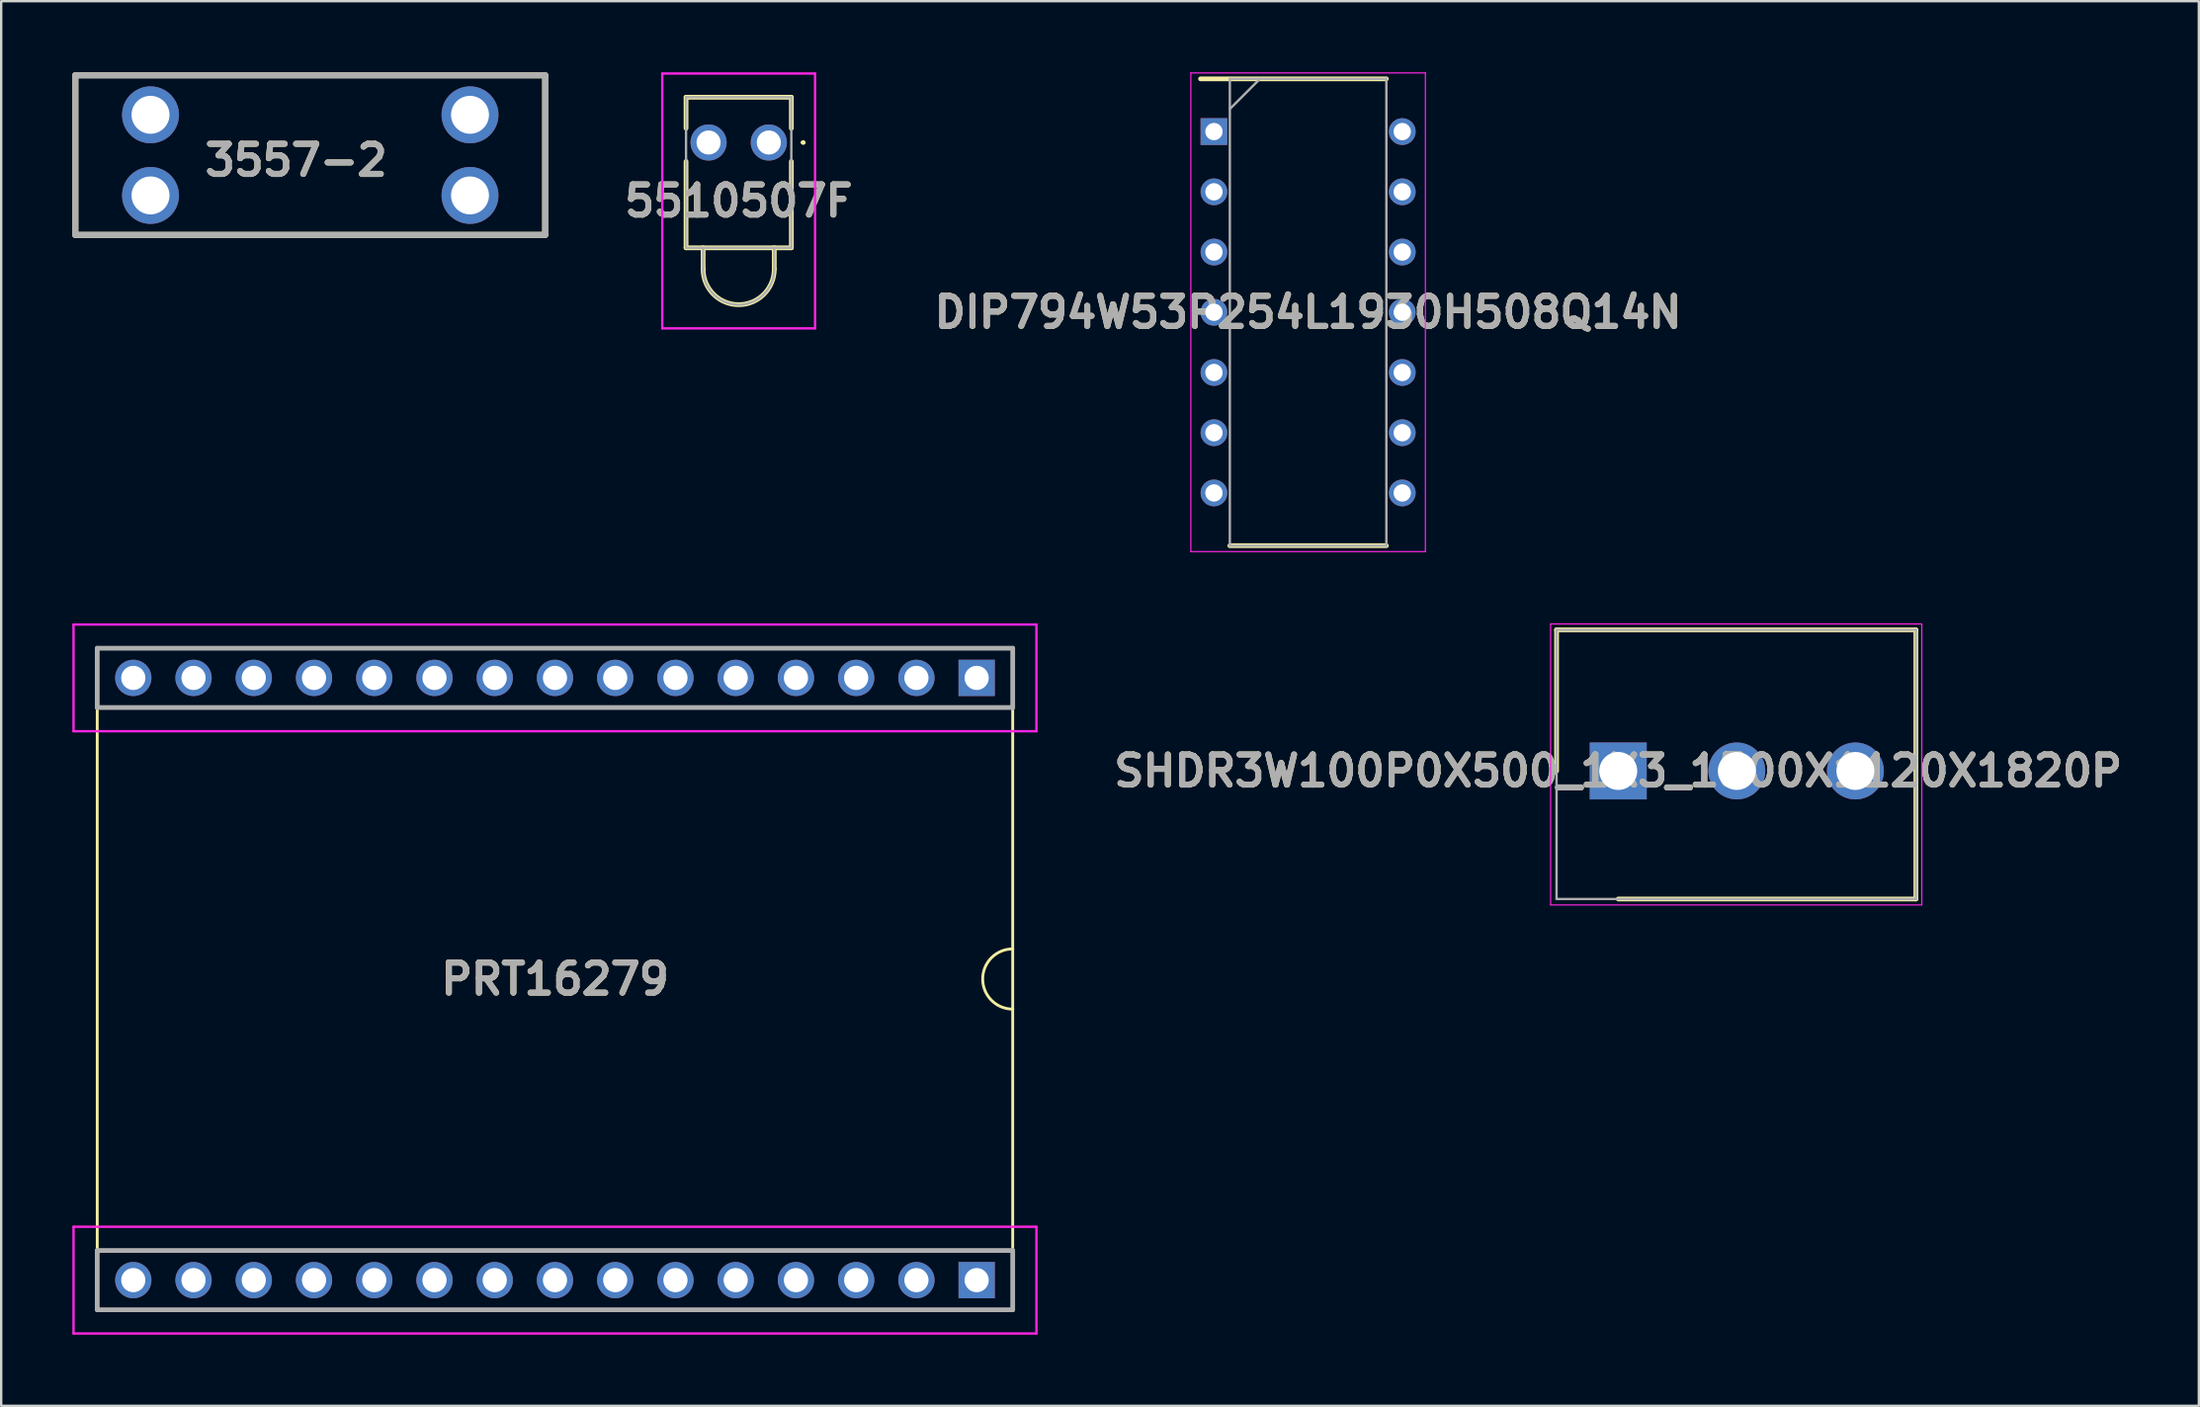
<source format=kicad_pcb>
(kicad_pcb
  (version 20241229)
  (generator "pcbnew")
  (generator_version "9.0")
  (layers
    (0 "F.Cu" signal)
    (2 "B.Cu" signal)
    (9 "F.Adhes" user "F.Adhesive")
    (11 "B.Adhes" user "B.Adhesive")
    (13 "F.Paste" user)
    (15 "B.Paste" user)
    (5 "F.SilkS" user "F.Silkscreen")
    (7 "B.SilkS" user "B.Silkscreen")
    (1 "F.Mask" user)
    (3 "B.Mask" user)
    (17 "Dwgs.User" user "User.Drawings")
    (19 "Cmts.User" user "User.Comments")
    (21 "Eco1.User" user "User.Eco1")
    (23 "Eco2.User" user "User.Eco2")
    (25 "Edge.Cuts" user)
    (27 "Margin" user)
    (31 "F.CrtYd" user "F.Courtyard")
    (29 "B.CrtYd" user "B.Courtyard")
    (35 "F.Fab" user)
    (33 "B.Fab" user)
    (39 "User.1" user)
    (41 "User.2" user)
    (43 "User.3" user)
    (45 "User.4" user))
  (footprint "SHDR3W100P0X500_1X3_1500X1120X1820P"
    (layer "F.Cu")
    (at 65.181 29.465)
    (property "Reference" "SHDR3W100P0X500_1X3_1500X1120X1820P" (at 0 0 0) (layer "F.SilkS") (effects (font (size 1.27 1.27) (thickness 0.254))))
    (attr through_hole)
    (fp_line (start -2.6 -5.95) (end -2.6 0) (stroke (width 0.2) (type solid)) (layer "F.SilkS"))
    (fp_line (start 0 5.4) (end 12.55 5.4) (stroke (width 0.2) (type solid)) (layer "F.SilkS"))
    (fp_line (start 12.55 -5.95) (end -2.6 -5.95) (stroke (width 0.2) (type solid)) (layer "F.SilkS"))
    (fp_line (start 12.55 5.4) (end 12.55 -5.95) (stroke (width 0.2) (type solid)) (layer "F.SilkS"))
    (fp_line (start -2.85 -6.2) (end 12.8 -6.2) (stroke (width 0.05) (type solid)) (layer "F.CrtYd"))
    (fp_line (start -2.85 5.65) (end -2.85 -6.2) (stroke (width 0.05) (type solid)) (layer "F.CrtYd"))
    (fp_line (start 12.8 -6.2) (end 12.8 5.65) (stroke (width 0.05) (type solid)) (layer "F.CrtYd"))
    (fp_line (start 12.8 5.65) (end -2.85 5.65) (stroke (width 0.05) (type solid)) (layer "F.CrtYd"))
    (fp_line (start -2.6 -5.95) (end 12.55 -5.95) (stroke (width 0.1) (type solid)) (layer "F.Fab"))
    (fp_line (start -2.6 5.4) (end -2.6 -5.95) (stroke (width 0.1) (type solid)) (layer "F.Fab"))
    (fp_line (start 12.55 -5.95) (end 12.55 5.4) (stroke (width 0.1) (type solid)) (layer "F.Fab"))
    (fp_line (start 12.55 5.4) (end -2.6 5.4) (stroke (width 0.1) (type solid)) (layer "F.Fab"))
    (fp_text user "${REFERENCE}" (at 0 0 0) (layer "F.Fab") (effects (font (size 1.27 1.27) (thickness 0.254))))
    (pad "1" thru_hole rect (at 0 0) (size 2.4 2.4) (drill 1.6) (layers "*.Cu" "*.Mask"))
    (pad "2" thru_hole circle (at 5 0) (size 2.4 2.4) (drill 1.6) (layers "*.Cu" "*.Mask"))
    (pad "3" thru_hole circle (at 10 0) (size 2.4 2.4) (drill 1.6) (layers "*.Cu" "*.Mask")))
  (footprint "DIP794W53P254L1930H508Q14N"
    (layer "F.Cu")
    (at 52.105 10.12)
    (property "Reference" "DIP794W53P254L1930H508Q14N" (at 0 0 0) (layer "F.SilkS") (effects (font (size 1.27 1.27) (thickness 0.254))))
    (attr through_hole)
    (fp_line (start -4.535 -9.845) (end 3.3 -9.845) (stroke (width 0.2) (type solid)) (layer "F.SilkS"))
    (fp_line (start -3.3 9.845) (end 3.3 9.845) (stroke (width 0.2) (type solid)) (layer "F.SilkS"))
    (fp_line (start -4.945 -10.095) (end 4.945 -10.095) (stroke (width 0.05) (type solid)) (layer "F.CrtYd"))
    (fp_line (start -4.945 10.095) (end -4.945 -10.095) (stroke (width 0.05) (type solid)) (layer "F.CrtYd"))
    (fp_line (start 4.945 -10.095) (end 4.945 10.095) (stroke (width 0.05) (type solid)) (layer "F.CrtYd"))
    (fp_line (start 4.945 10.095) (end -4.945 10.095) (stroke (width 0.05) (type solid)) (layer "F.CrtYd"))
    (fp_line (start -3.3 -9.845) (end 3.3 -9.845) (stroke (width 0.1) (type solid)) (layer "F.Fab"))
    (fp_line (start -3.3 -8.575) (end -2.03 -9.845) (stroke (width 0.1) (type solid)) (layer "F.Fab"))
    (fp_line (start -3.3 9.845) (end -3.3 -9.845) (stroke (width 0.1) (type solid)) (layer "F.Fab"))
    (fp_line (start 3.3 -9.845) (end 3.3 9.845) (stroke (width 0.1) (type solid)) (layer "F.Fab"))
    (fp_line (start 3.3 9.845) (end -3.3 9.845) (stroke (width 0.1) (type solid)) (layer "F.Fab"))
    (fp_text user "${REFERENCE}" (at 0 0 0) (layer "F.Fab") (effects (font (size 1.27 1.27) (thickness 0.254))))
    (pad "1" thru_hole rect (at -3.97 -7.62) (size 1.13 1.13) (drill 0.73) (layers "*.Cu" "*.Mask"))
    (pad "2" thru_hole circle (at -3.97 -5.08) (size 1.13 1.13) (drill 0.73) (layers "*.Cu" "*.Mask"))
    (pad "3" thru_hole circle (at -3.97 -2.54) (size 1.13 1.13) (drill 0.73) (layers "*.Cu" "*.Mask"))
    (pad "4" thru_hole circle (at -3.97 0) (size 1.13 1.13) (drill 0.73) (layers "*.Cu" "*.Mask"))
    (pad "5" thru_hole circle (at -3.97 2.54) (size 1.13 1.13) (drill 0.73) (layers "*.Cu" "*.Mask"))
    (pad "6" thru_hole circle (at -3.97 5.08) (size 1.13 1.13) (drill 0.73) (layers "*.Cu" "*.Mask"))
    (pad "7" thru_hole circle (at -3.97 7.62) (size 1.13 1.13) (drill 0.73) (layers "*.Cu" "*.Mask"))
    (pad "8" thru_hole circle (at 3.97 7.62) (size 1.13 1.13) (drill 0.73) (layers "*.Cu" "*.Mask"))
    (pad "9" thru_hole circle (at 3.97 5.08) (size 1.13 1.13) (drill 0.73) (layers "*.Cu" "*.Mask"))
    (pad "10" thru_hole circle (at 3.97 2.54) (size 1.13 1.13) (drill 0.73) (layers "*.Cu" "*.Mask"))
    (pad "11" thru_hole circle (at 3.97 0) (size 1.13 1.13) (drill 0.73) (layers "*.Cu" "*.Mask"))
    (pad "12" thru_hole circle (at 3.97 -2.54) (size 1.13 1.13) (drill 0.73) (layers "*.Cu" "*.Mask"))
    (pad "13" thru_hole circle (at 3.97 -5.08) (size 1.13 1.13) (drill 0.73) (layers "*.Cu" "*.Mask"))
    (pad "14" thru_hole circle (at 3.97 -7.62) (size 1.13 1.13) (drill 0.73) (layers "*.Cu" "*.Mask")))
  (footprint "5510507F"
    (layer "F.Cu")
    (at 29.366 2.96)
    (property "Reference" "5510507F" (at -1.27 2.465 0) (layer "F.SilkS") (effects (font (size 1.27 1.27) (thickness 0.254))))
    (attr through_hole)
    (fp_line (start -3.49 -1.91) (end 0.95 -1.91) (stroke (width 0.2) (type solid)) (layer "F.SilkS"))
    (fp_line (start -3.49 -0.6) (end -3.49 -1.91) (stroke (width 0.2) (type solid)) (layer "F.SilkS"))
    (fp_line (start -3.49 4.44) (end -3.49 0.8) (stroke (width 0.2) (type solid)) (layer "F.SilkS"))
    (fp_line (start -2.77 4.44) (end -2.77 5.34) (stroke (width 0.2) (type solid)) (layer "F.SilkS"))
    (fp_line (start -2.77 5.34) (end -2.77 5.34) (stroke (width 0.2) (type solid)) (layer "F.SilkS"))
    (fp_line (start 0.23 5.34) (end 0.23 4.44) (stroke (width 0.2) (type solid)) (layer "F.SilkS"))
    (fp_line (start 0.95 -1.91) (end 0.95 -0.6) (stroke (width 0.2) (type solid)) (layer "F.SilkS"))
    (fp_line (start 0.95 0.8) (end 0.95 4.44) (stroke (width 0.2) (type solid)) (layer "F.SilkS"))
    (fp_line (start 0.95 4.44) (end -3.49 4.44) (stroke (width 0.2) (type solid)) (layer "F.SilkS"))
    (fp_line (start 1.4 0) (end 1.4 0) (stroke (width 0.1) (type solid)) (layer "F.SilkS"))
    (fp_line (start 1.5 0) (end 1.5 0) (stroke (width 0.1) (type solid)) (layer "F.SilkS"))
    (fp_arc (start 0.23 5.34) (mid -1.27 6.84) (end -2.77 5.34) (stroke (width 0.2) (type solid)) (layer "F.SilkS"))
    (fp_arc (start 1.4 0) (mid 1.45 -0.05) (end 1.5 0) (stroke (width 0.1) (type solid)) (layer "F.SilkS"))
    (fp_arc (start 1.5 0) (mid 1.45 0.05) (end 1.4 0) (stroke (width 0.1) (type solid)) (layer "F.SilkS"))
    (fp_line (start -4.49 -2.91) (end 1.95 -2.91) (stroke (width 0.1) (type solid)) (layer "F.CrtYd"))
    (fp_line (start -4.49 7.84) (end -4.49 -2.91) (stroke (width 0.1) (type solid)) (layer "F.CrtYd"))
    (fp_line (start 1.95 -2.91) (end 1.95 7.84) (stroke (width 0.1) (type solid)) (layer "F.CrtYd"))
    (fp_line (start 1.95 7.84) (end -4.49 7.84) (stroke (width 0.1) (type solid)) (layer "F.CrtYd"))
    (fp_line (start -3.49 -1.91) (end 0.95 -1.91) (stroke (width 0.1) (type solid)) (layer "F.Fab"))
    (fp_line (start -3.49 4.44) (end -3.49 -1.91) (stroke (width 0.1) (type solid)) (layer "F.Fab"))
    (fp_line (start -2.77 4.44) (end -2.77 5.34) (stroke (width 0.1) (type solid)) (layer "F.Fab"))
    (fp_line (start -2.77 5.34) (end -2.77 5.34) (stroke (width 0.1) (type solid)) (layer "F.Fab"))
    (fp_line (start 0.23 5.34) (end 0.23 4.44) (stroke (width 0.1) (type solid)) (layer "F.Fab"))
    (fp_line (start 0.95 -1.91) (end 0.95 4.44) (stroke (width 0.1) (type solid)) (layer "F.Fab"))
    (fp_line (start 0.95 4.44) (end -3.49 4.44) (stroke (width 0.1) (type solid)) (layer "F.Fab"))
    (fp_arc (start 0.23 5.34) (mid -1.27 6.84) (end -2.77 5.34) (stroke (width 0.1) (type solid)) (layer "F.Fab"))
    (fp_text user "${REFERENCE}" (at -1.27 2.465 0) (layer "F.Fab") (effects (font (size 1.27 1.27) (thickness 0.254))))
    (pad "1" thru_hole circle (at 0 0) (size 1.524 1.524) (drill 1.016) (layers "*.Cu" "*.Mask"))
    (pad "2" thru_hole circle (at -2.54 0) (size 1.524 1.524) (drill 1.016) (layers "*.Cu" "*.Mask")))
  (footprint "3557-2"
    (layer "F.Cu")
    (at 10.032 3.492)
    (property "Reference" "3557-2" (at -0.597 0.218 0) (layer "F.SilkS") (effects (font (size 1.27 1.27) (thickness 0.254))))
    (attr through_hole)
    (fp_line (start -9.905 -3.365) (end -9.905 3.365) (stroke (width 0.254) (type solid)) (layer "F.SilkS"))
    (fp_line (start -9.905 3.365) (end 9.905 3.365) (stroke (width 0.254) (type solid)) (layer "F.SilkS"))
    (fp_line (start 9.905 -3.365) (end -9.905 -3.365) (stroke (width 0.254) (type solid)) (layer "F.SilkS"))
    (fp_line (start 9.905 3.365) (end 9.905 -3.365) (stroke (width 0.254) (type solid)) (layer "F.SilkS"))
    (fp_line (start -9.905 -3.365) (end 9.905 -3.365) (stroke (width 0.254) (type solid)) (layer "F.Fab"))
    (fp_line (start -9.905 3.365) (end -9.905 -3.365) (stroke (width 0.254) (type solid)) (layer "F.Fab"))
    (fp_line (start 9.905 -3.365) (end 9.905 3.365) (stroke (width 0.254) (type solid)) (layer "F.Fab"))
    (fp_line (start 9.905 3.365) (end -9.905 3.365) (stroke (width 0.254) (type solid)) (layer "F.Fab"))
    (fp_text user "${REFERENCE}" (at -0.597 0.218 0) (layer "F.Fab") (effects (font (size 1.27 1.27) (thickness 0.254))))
    (pad "1" thru_hole circle (at -6.735 -1.7) (size 2.4 2.4) (drill 1.6) (layers "*.Cu" "*.Mask"))
    (pad "2" thru_hole circle (at 6.735 -1.7) (size 2.4 2.4) (drill 1.6) (layers "*.Cu" "*.Mask"))
    (pad "3" thru_hole circle (at -6.735 1.7) (size 2.4 2.4) (drill 1.6) (layers "*.Cu" "*.Mask"))
    (pad "4" thru_hole circle (at 6.735 1.7) (size 2.4 2.4) (drill 1.6) (layers "*.Cu" "*.Mask")))
  (footprint "PRT16279"
    (layer "F.Cu")
    (at 20.35 38.24)
    (property "Reference" "PRT16279" (at 0 0 0) (layer "F.SilkS") (effects (font (size 1.27 1.27) (thickness 0.254))))
    (attr through_hole)
    (fp_line (start -19.3 -13.95) (end 19.3 -13.95) (stroke (width 0.12) (type solid)) (layer "F.SilkS"))
    (fp_line (start -19.3 -11.45) (end -19.3 -13.95) (stroke (width 0.12) (type solid)) (layer "F.SilkS"))
    (fp_line (start -19.3 -11.45) (end -19.3 11.45) (stroke (width 0.12) (type solid)) (layer "F.SilkS"))
    (fp_line (start -19.3 11.45) (end 19.3 11.45) (stroke (width 0.12) (type solid)) (layer "F.SilkS"))
    (fp_line (start -19.3 13.95) (end -19.3 11.45) (stroke (width 0.12) (type solid)) (layer "F.SilkS"))
    (fp_line (start 19.3 -13.95) (end 19.3 -11.45) (stroke (width 0.12) (type solid)) (layer "F.SilkS"))
    (fp_line (start 19.3 -11.45) (end -19.3 -11.45) (stroke (width 0.12) (type solid)) (layer "F.SilkS"))
    (fp_line (start 19.3 -11.45) (end 19.3 11.45) (stroke (width 0.12) (type solid)) (layer "F.SilkS"))
    (fp_line (start 19.3 11.45) (end 19.3 13.95) (stroke (width 0.12) (type solid)) (layer "F.SilkS"))
    (fp_line (start 19.3 13.95) (end -19.3 13.95) (stroke (width 0.12) (type solid)) (layer "F.SilkS"))
    (fp_arc (start 19.304 1.27) (mid 18.034 0) (end 19.304 -1.27) (stroke (width 0.12) (type solid)) (layer "F.SilkS"))
    (fp_line (start -20.3 -14.95) (end 20.3 -14.95) (stroke (width 0.1) (type solid)) (layer "F.CrtYd"))
    (fp_line (start -20.3 -10.45) (end -20.3 -14.95) (stroke (width 0.1) (type solid)) (layer "F.CrtYd"))
    (fp_line (start -20.3 10.45) (end 20.3 10.45) (stroke (width 0.1) (type solid)) (layer "F.CrtYd"))
    (fp_line (start -20.3 14.95) (end -20.3 10.45) (stroke (width 0.1) (type solid)) (layer "F.CrtYd"))
    (fp_line (start 20.3 -14.95) (end 20.3 -10.45) (stroke (width 0.1) (type solid)) (layer "F.CrtYd"))
    (fp_line (start 20.3 -10.45) (end -20.3 -10.45) (stroke (width 0.1) (type solid)) (layer "F.CrtYd"))
    (fp_line (start 20.3 10.45) (end 20.3 14.95) (stroke (width 0.1) (type solid)) (layer "F.CrtYd"))
    (fp_line (start 20.3 14.95) (end -20.3 14.95) (stroke (width 0.1) (type solid)) (layer "F.CrtYd"))
    (fp_line (start -19.3 -13.95) (end 19.3 -13.95) (stroke (width 0.2) (type solid)) (layer "F.Fab"))
    (fp_line (start -19.3 -11.45) (end -19.3 -13.95) (stroke (width 0.2) (type solid)) (layer "F.Fab"))
    (fp_line (start -19.3 11.45) (end 19.3 11.45) (stroke (width 0.2) (type solid)) (layer "F.Fab"))
    (fp_line (start -19.3 13.95) (end -19.3 11.45) (stroke (width 0.2) (type solid)) (layer "F.Fab"))
    (fp_line (start 19.3 -13.95) (end 19.3 -11.45) (stroke (width 0.2) (type solid)) (layer "F.Fab"))
    (fp_line (start 19.3 -11.45) (end -19.3 -11.45) (stroke (width 0.2) (type solid)) (layer "F.Fab"))
    (fp_line (start 19.3 11.45) (end 19.3 13.95) (stroke (width 0.2) (type solid)) (layer "F.Fab"))
    (fp_line (start 19.3 13.95) (end -19.3 13.95) (stroke (width 0.2) (type solid)) (layer "F.Fab"))
    (fp_text user "${REFERENCE}" (at 0 0 0) (layer "F.Fab") (effects (font (size 1.27 1.27) (thickness 0.254))))
    (pad "0" thru_hole circle (at -17.78 12.7) (size 1.53 1.53) (drill 1.02) (layers "*.Cu" "*.Mask"))
    (pad "1" thru_hole circle (at -15.24 12.7) (size 1.53 1.53) (drill 1.02) (layers "*.Cu" "*.Mask"))
    (pad "2" thru_hole circle (at -12.7 12.7) (size 1.53 1.53) (drill 1.02) (layers "*.Cu" "*.Mask"))
    (pad "3" thru_hole circle (at -10.16 12.7) (size 1.53 1.53) (drill 1.02) (layers "*.Cu" "*.Mask"))
    (pad "4" thru_hole circle (at -7.62 12.7) (size 1.53 1.53) (drill 1.02) (layers "*.Cu" "*.Mask"))
    (pad "5" thru_hole circle (at -5.08 12.7) (size 1.53 1.53) (drill 1.02) (layers "*.Cu" "*.Mask"))
    (pad "6" thru_hole circle (at -2.54 12.7) (size 1.53 1.53) (drill 1.02) (layers "*.Cu" "*.Mask"))
    (pad "7" thru_hole circle (at 0 12.7) (size 1.53 1.53) (drill 1.02) (layers "*.Cu" "*.Mask"))
    (pad "8" thru_hole circle (at 2.54 12.7) (size 1.53 1.53) (drill 1.02) (layers "*.Cu" "*.Mask"))
    (pad "9" thru_hole circle (at 5.08 12.7) (size 1.53 1.53) (drill 1.02) (layers "*.Cu" "*.Mask"))
    (pad "10" thru_hole circle (at 7.62 12.7) (size 1.53 1.53) (drill 1.02) (layers "*.Cu" "*.Mask"))
    (pad "11" thru_hole circle (at 10.16 12.7) (size 1.53 1.53) (drill 1.02) (layers "*.Cu" "*.Mask"))
    (pad "12" thru_hole circle (at 12.7 12.7) (size 1.53 1.53) (drill 1.02) (layers "*.Cu" "*.Mask"))
    (pad "13" thru_hole circle (at 15.24 12.7) (size 1.53 1.53) (drill 1.02) (layers "*.Cu" "*.Mask"))
    (pad "14" thru_hole rect (at 17.78 12.7) (size 1.53 1.53) (drill 1.02) (layers "*.Cu" "*.Mask"))
    (pad "15" thru_hole circle (at -17.78 -12.7) (size 1.53 1.53) (drill 1.02) (layers "*.Cu" "*.Mask"))
    (pad "16" thru_hole circle (at -15.24 -12.7) (size 1.53 1.53) (drill 1.02) (layers "*.Cu" "*.Mask"))
    (pad "17" thru_hole circle (at -12.7 -12.7) (size 1.53 1.53) (drill 1.02) (layers "*.Cu" "*.Mask"))
    (pad "18" thru_hole circle (at -10.16 -12.7) (size 1.53 1.53) (drill 1.02) (layers "*.Cu" "*.Mask"))
    (pad "19" thru_hole circle (at -7.62 -12.7) (size 1.53 1.53) (drill 1.02) (layers "*.Cu" "*.Mask"))
    (pad "20" thru_hole circle (at -5.08 -12.7) (size 1.53 1.53) (drill 1.02) (layers "*.Cu" "*.Mask"))
    (pad "21" thru_hole circle (at -2.54 -12.7) (size 1.53 1.53) (drill 1.02) (layers "*.Cu" "*.Mask"))
    (pad "22" thru_hole circle (at 0 -12.7) (size 1.53 1.53) (drill 1.02) (layers "*.Cu" "*.Mask"))
    (pad "23" thru_hole circle (at 2.54 -12.7) (size 1.53 1.53) (drill 1.02) (layers "*.Cu" "*.Mask"))
    (pad "24" thru_hole circle (at 5.08 -12.7) (size 1.53 1.53) (drill 1.02) (layers "*.Cu" "*.Mask"))
    (pad "25" thru_hole circle (at 7.62 -12.7) (size 1.53 1.53) (drill 1.02) (layers "*.Cu" "*.Mask"))
    (pad "26" thru_hole circle (at 10.16 -12.7) (size 1.53 1.53) (drill 1.02) (layers "*.Cu" "*.Mask"))
    (pad "27" thru_hole circle (at 12.7 -12.7) (size 1.53 1.53) (drill 1.02) (layers "*.Cu" "*.Mask"))
    (pad "28" thru_hole circle (at 15.24 -12.7) (size 1.53 1.53) (drill 1.02) (layers "*.Cu" "*.Mask"))
    (pad "29" thru_hole rect (at 17.78 -12.7) (size 1.53 1.53) (drill 1.02) (layers "*.Cu" "*.Mask")))
  (gr_rect
    (start -3 -3)
    (end 89.662 56.24)
    (stroke (width 0.1) (type default))
    (fill no)
    (layer "Edge.Cuts")))
</source>
